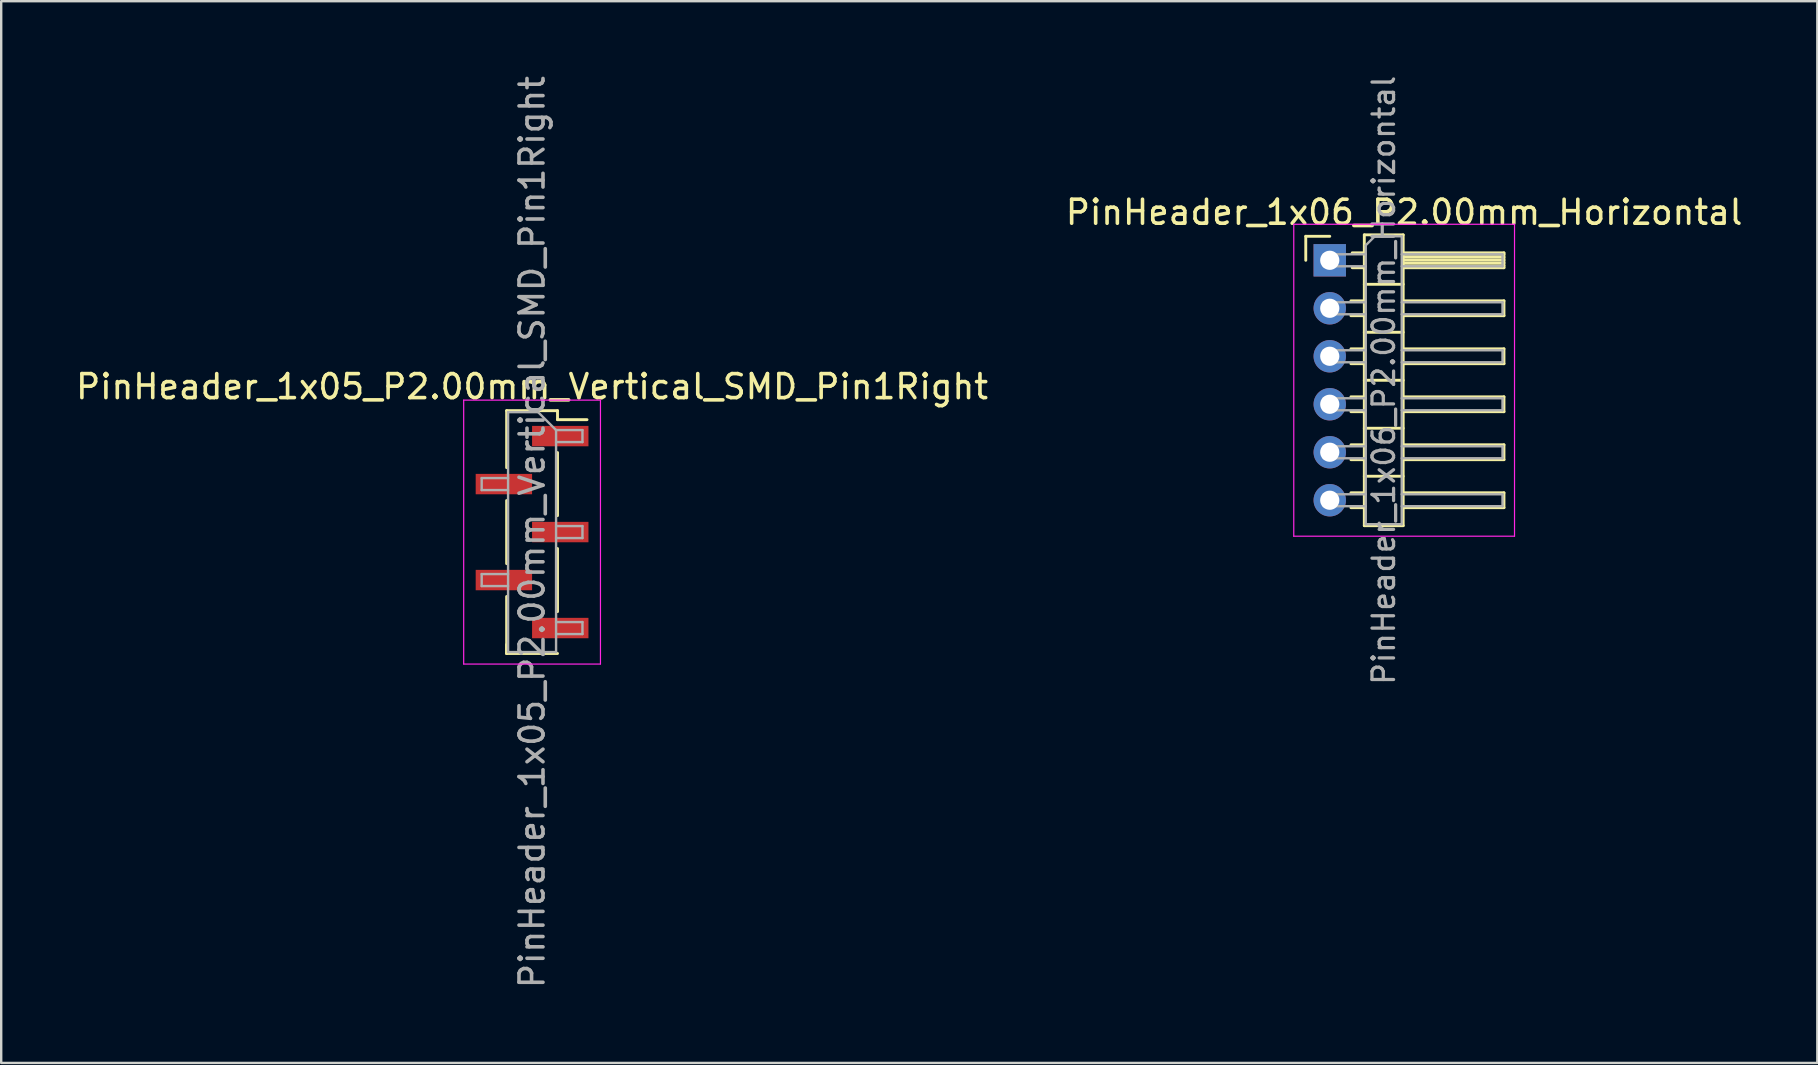
<source format=kicad_pcb>
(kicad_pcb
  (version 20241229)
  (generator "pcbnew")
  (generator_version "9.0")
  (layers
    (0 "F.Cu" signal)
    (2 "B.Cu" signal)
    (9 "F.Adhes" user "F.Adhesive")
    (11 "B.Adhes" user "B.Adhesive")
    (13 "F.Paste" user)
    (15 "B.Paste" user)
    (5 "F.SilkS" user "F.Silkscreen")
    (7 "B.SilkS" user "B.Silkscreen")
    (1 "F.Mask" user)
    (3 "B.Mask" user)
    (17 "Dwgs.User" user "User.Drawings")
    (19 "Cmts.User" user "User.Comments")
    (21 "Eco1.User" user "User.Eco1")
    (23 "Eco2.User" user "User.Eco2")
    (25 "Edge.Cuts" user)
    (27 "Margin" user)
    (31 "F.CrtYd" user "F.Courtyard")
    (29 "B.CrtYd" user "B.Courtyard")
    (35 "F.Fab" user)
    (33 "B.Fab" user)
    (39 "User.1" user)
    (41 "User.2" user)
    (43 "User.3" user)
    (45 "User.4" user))
  (footprint "PinHeader_1x05_P2.00mm_Vertical_SMD_Pin1Right"
    (layer "F.Cu")
    (at 19.125 19.125)
    (property "Reference" "PinHeader_1x05_P2.00mm_Vertical_SMD_Pin1Right" (at 0 -6.06 0) (layer "F.SilkS") (effects (font (size 1 1) (thickness 0.15))))
    (attr smd)
    (fp_line (start -1.06 -5.06) (end -1.06 -2.685) (stroke (width 0.12) (type solid)) (layer "F.SilkS"))
    (fp_line (start -1.06 -5.06) (end 1.06 -5.06) (stroke (width 0.12) (type solid)) (layer "F.SilkS"))
    (fp_line (start -1.06 -1.315) (end -1.06 1.315) (stroke (width 0.12) (type solid)) (layer "F.SilkS"))
    (fp_line (start -1.06 2.685) (end -1.06 5.06) (stroke (width 0.12) (type solid)) (layer "F.SilkS"))
    (fp_line (start -1.06 4.685) (end -1.06 5.06) (stroke (width 0.12) (type solid)) (layer "F.SilkS"))
    (fp_line (start -1.06 5.06) (end 1.06 5.06) (stroke (width 0.12) (type solid)) (layer "F.SilkS"))
    (fp_line (start 1.06 -5.06) (end 1.06 -4.685) (stroke (width 0.12) (type solid)) (layer "F.SilkS"))
    (fp_line (start 1.06 -4.685) (end 2.29 -4.685) (stroke (width 0.12) (type solid)) (layer "F.SilkS"))
    (fp_line (start 1.06 -3.315) (end 1.06 -0.685) (stroke (width 0.12) (type solid)) (layer "F.SilkS"))
    (fp_line (start 1.06 0.685) (end 1.06 3.315) (stroke (width 0.12) (type solid)) (layer "F.SilkS"))
    (fp_line (start -2.85 -5.5) (end -2.85 5.5) (stroke (width 0.05) (type solid)) (layer "F.CrtYd"))
    (fp_line (start -2.85 5.5) (end 2.85 5.5) (stroke (width 0.05) (type solid)) (layer "F.CrtYd"))
    (fp_line (start 2.85 -5.5) (end -2.85 -5.5) (stroke (width 0.05) (type solid)) (layer "F.CrtYd"))
    (fp_line (start 2.85 5.5) (end 2.85 -5.5) (stroke (width 0.05) (type solid)) (layer "F.CrtYd"))
    (fp_line (start -2.1 -2.25) (end -2.1 -1.75) (stroke (width 0.1) (type solid)) (layer "F.Fab"))
    (fp_line (start -2.1 -1.75) (end -1 -1.75) (stroke (width 0.1) (type solid)) (layer "F.Fab"))
    (fp_line (start -2.1 1.75) (end -2.1 2.25) (stroke (width 0.1) (type solid)) (layer "F.Fab"))
    (fp_line (start -2.1 2.25) (end -1 2.25) (stroke (width 0.1) (type solid)) (layer "F.Fab"))
    (fp_line (start -1 -5) (end -1 5) (stroke (width 0.1) (type solid)) (layer "F.Fab"))
    (fp_line (start -1 -5) (end 0.25 -5) (stroke (width 0.1) (type solid)) (layer "F.Fab"))
    (fp_line (start -1 -2.25) (end -2.1 -2.25) (stroke (width 0.1) (type solid)) (layer "F.Fab"))
    (fp_line (start -1 1.75) (end -2.1 1.75) (stroke (width 0.1) (type solid)) (layer "F.Fab"))
    (fp_line (start 1 -4.25) (end 0.25 -5) (stroke (width 0.1) (type solid)) (layer "F.Fab"))
    (fp_line (start 1 -4.25) (end 2.1 -4.25) (stroke (width 0.1) (type solid)) (layer "F.Fab"))
    (fp_line (start 1 -0.25) (end 2.1 -0.25) (stroke (width 0.1) (type solid)) (layer "F.Fab"))
    (fp_line (start 1 3.75) (end 2.1 3.75) (stroke (width 0.1) (type solid)) (layer "F.Fab"))
    (fp_line (start 1 5) (end -1 5) (stroke (width 0.1) (type solid)) (layer "F.Fab"))
    (fp_line (start 1 5) (end 1 -4.25) (stroke (width 0.1) (type solid)) (layer "F.Fab"))
    (fp_line (start 2.1 -4.25) (end 2.1 -3.75) (stroke (width 0.1) (type solid)) (layer "F.Fab"))
    (fp_line (start 2.1 -3.75) (end 1 -3.75) (stroke (width 0.1) (type solid)) (layer "F.Fab"))
    (fp_line (start 2.1 -0.25) (end 2.1 0.25) (stroke (width 0.1) (type solid)) (layer "F.Fab"))
    (fp_line (start 2.1 0.25) (end 1 0.25) (stroke (width 0.1) (type solid)) (layer "F.Fab"))
    (fp_line (start 2.1 3.75) (end 2.1 4.25) (stroke (width 0.1) (type solid)) (layer "F.Fab"))
    (fp_line (start 2.1 4.25) (end 1 4.25) (stroke (width 0.1) (type solid)) (layer "F.Fab"))
    (fp_text user "${REFERENCE}" (at 0 0 90) (layer "F.Fab") (effects (font (size 1 1) (thickness 0.15))))
    (pad "1" smd rect (at 1.175 -4) (size 2.35 0.85) (layers "F.Cu" "F.Mask" "F.Paste"))
    (pad "2" smd rect (at -1.175 -2) (size 2.35 0.85) (layers "F.Cu" "F.Mask" "F.Paste"))
    (pad "3" smd rect (at 1.175 0) (size 2.35 0.85) (layers "F.Cu" "F.Mask" "F.Paste"))
    (pad "4" smd rect (at -1.175 2) (size 2.35 0.85) (layers "F.Cu" "F.Mask" "F.Paste"))
    (pad "5" smd rect (at 1.175 4) (size 2.35 0.85) (layers "F.Cu" "F.Mask" "F.Paste")))
  (footprint "PinHeader_1x06_P2.00mm_Horizontal"
    (layer "F.Cu")
    (at 52.37 7.798)
    (property "Reference" "PinHeader_1x06_P2.00mm_Horizontal" (at 3.1 -2 0) (layer "F.SilkS") (effects (font (size 1 1) (thickness 0.15))))
    (attr through_hole)
    (fp_line (start -1 -1) (end 0 -1) (stroke (width 0.12) (type solid)) (layer "F.SilkS"))
    (fp_line (start -1 0) (end -1 -1) (stroke (width 0.12) (type solid)) (layer "F.SilkS"))
    (fp_line (start 0.882 1.69) (end 1.44 1.69) (stroke (width 0.12) (type solid)) (layer "F.SilkS"))
    (fp_line (start 0.882 2.31) (end 1.44 2.31) (stroke (width 0.12) (type solid)) (layer "F.SilkS"))
    (fp_line (start 0.882 3.69) (end 1.44 3.69) (stroke (width 0.12) (type solid)) (layer "F.SilkS"))
    (fp_line (start 0.882 4.31) (end 1.44 4.31) (stroke (width 0.12) (type solid)) (layer "F.SilkS"))
    (fp_line (start 0.882 5.69) (end 1.44 5.69) (stroke (width 0.12) (type solid)) (layer "F.SilkS"))
    (fp_line (start 0.882 6.31) (end 1.44 6.31) (stroke (width 0.12) (type solid)) (layer "F.SilkS"))
    (fp_line (start 0.882 7.69) (end 1.44 7.69) (stroke (width 0.12) (type solid)) (layer "F.SilkS"))
    (fp_line (start 0.882 8.31) (end 1.44 8.31) (stroke (width 0.12) (type solid)) (layer "F.SilkS"))
    (fp_line (start 0.882 9.69) (end 1.44 9.69) (stroke (width 0.12) (type solid)) (layer "F.SilkS"))
    (fp_line (start 0.882 10.31) (end 1.44 10.31) (stroke (width 0.12) (type solid)) (layer "F.SilkS"))
    (fp_line (start 0.935 -0.31) (end 1.44 -0.31) (stroke (width 0.12) (type solid)) (layer "F.SilkS"))
    (fp_line (start 0.935 0.31) (end 1.44 0.31) (stroke (width 0.12) (type solid)) (layer "F.SilkS"))
    (fp_line (start 1.44 -1.06) (end 1.44 11.06) (stroke (width 0.12) (type solid)) (layer "F.SilkS"))
    (fp_line (start 1.44 1) (end 3.06 1) (stroke (width 0.12) (type solid)) (layer "F.SilkS"))
    (fp_line (start 1.44 3) (end 3.06 3) (stroke (width 0.12) (type solid)) (layer "F.SilkS"))
    (fp_line (start 1.44 5) (end 3.06 5) (stroke (width 0.12) (type solid)) (layer "F.SilkS"))
    (fp_line (start 1.44 7) (end 3.06 7) (stroke (width 0.12) (type solid)) (layer "F.SilkS"))
    (fp_line (start 1.44 9) (end 3.06 9) (stroke (width 0.12) (type solid)) (layer "F.SilkS"))
    (fp_line (start 1.44 11.06) (end 3.06 11.06) (stroke (width 0.12) (type solid)) (layer "F.SilkS"))
    (fp_line (start 3.06 -1.06) (end 1.44 -1.06) (stroke (width 0.12) (type solid)) (layer "F.SilkS"))
    (fp_line (start 3.06 -0.31) (end 7.26 -0.31) (stroke (width 0.12) (type solid)) (layer "F.SilkS"))
    (fp_line (start 3.06 -0.25) (end 7.26 -0.25) (stroke (width 0.12) (type solid)) (layer "F.SilkS"))
    (fp_line (start 3.06 -0.13) (end 7.26 -0.13) (stroke (width 0.12) (type solid)) (layer "F.SilkS"))
    (fp_line (start 3.06 -0.01) (end 7.26 -0.01) (stroke (width 0.12) (type solid)) (layer "F.SilkS"))
    (fp_line (start 3.06 0.11) (end 7.26 0.11) (stroke (width 0.12) (type solid)) (layer "F.SilkS"))
    (fp_line (start 3.06 0.23) (end 7.26 0.23) (stroke (width 0.12) (type solid)) (layer "F.SilkS"))
    (fp_line (start 3.06 1.69) (end 7.26 1.69) (stroke (width 0.12) (type solid)) (layer "F.SilkS"))
    (fp_line (start 3.06 3.69) (end 7.26 3.69) (stroke (width 0.12) (type solid)) (layer "F.SilkS"))
    (fp_line (start 3.06 5.69) (end 7.26 5.69) (stroke (width 0.12) (type solid)) (layer "F.SilkS"))
    (fp_line (start 3.06 7.69) (end 7.26 7.69) (stroke (width 0.12) (type solid)) (layer "F.SilkS"))
    (fp_line (start 3.06 9.69) (end 7.26 9.69) (stroke (width 0.12) (type solid)) (layer "F.SilkS"))
    (fp_line (start 3.06 11.06) (end 3.06 -1.06) (stroke (width 0.12) (type solid)) (layer "F.SilkS"))
    (fp_line (start 7.26 -0.31) (end 7.26 0.31) (stroke (width 0.12) (type solid)) (layer "F.SilkS"))
    (fp_line (start 7.26 0.31) (end 3.06 0.31) (stroke (width 0.12) (type solid)) (layer "F.SilkS"))
    (fp_line (start 7.26 1.69) (end 7.26 2.31) (stroke (width 0.12) (type solid)) (layer "F.SilkS"))
    (fp_line (start 7.26 2.31) (end 3.06 2.31) (stroke (width 0.12) (type solid)) (layer "F.SilkS"))
    (fp_line (start 7.26 3.69) (end 7.26 4.31) (stroke (width 0.12) (type solid)) (layer "F.SilkS"))
    (fp_line (start 7.26 4.31) (end 3.06 4.31) (stroke (width 0.12) (type solid)) (layer "F.SilkS"))
    (fp_line (start 7.26 5.69) (end 7.26 6.31) (stroke (width 0.12) (type solid)) (layer "F.SilkS"))
    (fp_line (start 7.26 6.31) (end 3.06 6.31) (stroke (width 0.12) (type solid)) (layer "F.SilkS"))
    (fp_line (start 7.26 7.69) (end 7.26 8.31) (stroke (width 0.12) (type solid)) (layer "F.SilkS"))
    (fp_line (start 7.26 8.31) (end 3.06 8.31) (stroke (width 0.12) (type solid)) (layer "F.SilkS"))
    (fp_line (start 7.26 9.69) (end 7.26 10.31) (stroke (width 0.12) (type solid)) (layer "F.SilkS"))
    (fp_line (start 7.26 10.31) (end 3.06 10.31) (stroke (width 0.12) (type solid)) (layer "F.SilkS"))
    (fp_line (start -1.5 -1.5) (end -1.5 11.5) (stroke (width 0.05) (type solid)) (layer "F.CrtYd"))
    (fp_line (start -1.5 11.5) (end 7.7 11.5) (stroke (width 0.05) (type solid)) (layer "F.CrtYd"))
    (fp_line (start 7.7 -1.5) (end -1.5 -1.5) (stroke (width 0.05) (type solid)) (layer "F.CrtYd"))
    (fp_line (start 7.7 11.5) (end 7.7 -1.5) (stroke (width 0.05) (type solid)) (layer "F.CrtYd"))
    (fp_line (start -0.25 -0.25) (end -0.25 0.25) (stroke (width 0.1) (type solid)) (layer "F.Fab"))
    (fp_line (start -0.25 -0.25) (end 1.5 -0.25) (stroke (width 0.1) (type solid)) (layer "F.Fab"))
    (fp_line (start -0.25 0.25) (end 1.5 0.25) (stroke (width 0.1) (type solid)) (layer "F.Fab"))
    (fp_line (start -0.25 1.75) (end -0.25 2.25) (stroke (width 0.1) (type solid)) (layer "F.Fab"))
    (fp_line (start -0.25 1.75) (end 1.5 1.75) (stroke (width 0.1) (type solid)) (layer "F.Fab"))
    (fp_line (start -0.25 2.25) (end 1.5 2.25) (stroke (width 0.1) (type solid)) (layer "F.Fab"))
    (fp_line (start -0.25 3.75) (end -0.25 4.25) (stroke (width 0.1) (type solid)) (layer "F.Fab"))
    (fp_line (start -0.25 3.75) (end 1.5 3.75) (stroke (width 0.1) (type solid)) (layer "F.Fab"))
    (fp_line (start -0.25 4.25) (end 1.5 4.25) (stroke (width 0.1) (type solid)) (layer "F.Fab"))
    (fp_line (start -0.25 5.75) (end -0.25 6.25) (stroke (width 0.1) (type solid)) (layer "F.Fab"))
    (fp_line (start -0.25 5.75) (end 1.5 5.75) (stroke (width 0.1) (type solid)) (layer "F.Fab"))
    (fp_line (start -0.25 6.25) (end 1.5 6.25) (stroke (width 0.1) (type solid)) (layer "F.Fab"))
    (fp_line (start -0.25 7.75) (end -0.25 8.25) (stroke (width 0.1) (type solid)) (layer "F.Fab"))
    (fp_line (start -0.25 7.75) (end 1.5 7.75) (stroke (width 0.1) (type solid)) (layer "F.Fab"))
    (fp_line (start -0.25 8.25) (end 1.5 8.25) (stroke (width 0.1) (type solid)) (layer "F.Fab"))
    (fp_line (start -0.25 9.75) (end -0.25 10.25) (stroke (width 0.1) (type solid)) (layer "F.Fab"))
    (fp_line (start -0.25 9.75) (end 1.5 9.75) (stroke (width 0.1) (type solid)) (layer "F.Fab"))
    (fp_line (start -0.25 10.25) (end 1.5 10.25) (stroke (width 0.1) (type solid)) (layer "F.Fab"))
    (fp_line (start 1.5 -0.625) (end 1.875 -1) (stroke (width 0.1) (type solid)) (layer "F.Fab"))
    (fp_line (start 1.5 11) (end 1.5 -0.625) (stroke (width 0.1) (type solid)) (layer "F.Fab"))
    (fp_line (start 1.875 -1) (end 3 -1) (stroke (width 0.1) (type solid)) (layer "F.Fab"))
    (fp_line (start 3 -1) (end 3 11) (stroke (width 0.1) (type solid)) (layer "F.Fab"))
    (fp_line (start 3 -0.25) (end 7.2 -0.25) (stroke (width 0.1) (type solid)) (layer "F.Fab"))
    (fp_line (start 3 0.25) (end 7.2 0.25) (stroke (width 0.1) (type solid)) (layer "F.Fab"))
    (fp_line (start 3 1.75) (end 7.2 1.75) (stroke (width 0.1) (type solid)) (layer "F.Fab"))
    (fp_line (start 3 2.25) (end 7.2 2.25) (stroke (width 0.1) (type solid)) (layer "F.Fab"))
    (fp_line (start 3 3.75) (end 7.2 3.75) (stroke (width 0.1) (type solid)) (layer "F.Fab"))
    (fp_line (start 3 4.25) (end 7.2 4.25) (stroke (width 0.1) (type solid)) (layer "F.Fab"))
    (fp_line (start 3 5.75) (end 7.2 5.75) (stroke (width 0.1) (type solid)) (layer "F.Fab"))
    (fp_line (start 3 6.25) (end 7.2 6.25) (stroke (width 0.1) (type solid)) (layer "F.Fab"))
    (fp_line (start 3 7.75) (end 7.2 7.75) (stroke (width 0.1) (type solid)) (layer "F.Fab"))
    (fp_line (start 3 8.25) (end 7.2 8.25) (stroke (width 0.1) (type solid)) (layer "F.Fab"))
    (fp_line (start 3 9.75) (end 7.2 9.75) (stroke (width 0.1) (type solid)) (layer "F.Fab"))
    (fp_line (start 3 10.25) (end 7.2 10.25) (stroke (width 0.1) (type solid)) (layer "F.Fab"))
    (fp_line (start 3 11) (end 1.5 11) (stroke (width 0.1) (type solid)) (layer "F.Fab"))
    (fp_line (start 7.2 -0.25) (end 7.2 0.25) (stroke (width 0.1) (type solid)) (layer "F.Fab"))
    (fp_line (start 7.2 1.75) (end 7.2 2.25) (stroke (width 0.1) (type solid)) (layer "F.Fab"))
    (fp_line (start 7.2 3.75) (end 7.2 4.25) (stroke (width 0.1) (type solid)) (layer "F.Fab"))
    (fp_line (start 7.2 5.75) (end 7.2 6.25) (stroke (width 0.1) (type solid)) (layer "F.Fab"))
    (fp_line (start 7.2 7.75) (end 7.2 8.25) (stroke (width 0.1) (type solid)) (layer "F.Fab"))
    (fp_line (start 7.2 9.75) (end 7.2 10.25) (stroke (width 0.1) (type solid)) (layer "F.Fab"))
    (fp_text user "${REFERENCE}" (at 2.25 5 90) (layer "F.Fab") (effects (font (size 0.9 0.9) (thickness 0.135))))
    (pad "1" thru_hole rect (at 0 0) (size 1.35 1.35) (drill 0.8) (layers "*.Cu" "*.Mask"))
    (pad "2" thru_hole oval (at 0 2) (size 1.35 1.35) (drill 0.8) (layers "*.Cu" "*.Mask"))
    (pad "3" thru_hole oval (at 0 4) (size 1.35 1.35) (drill 0.8) (layers "*.Cu" "*.Mask"))
    (pad "4" thru_hole oval (at 0 6) (size 1.35 1.35) (drill 0.8) (layers "*.Cu" "*.Mask"))
    (pad "5" thru_hole oval (at 0 8) (size 1.35 1.35) (drill 0.8) (layers "*.Cu" "*.Mask"))
    (pad "6" thru_hole oval (at 0 10) (size 1.35 1.35) (drill 0.8) (layers "*.Cu" "*.Mask")))
  (gr_rect
    (start -3 -3)
    (end 72.69 41.25)
    (stroke (width 0.1) (type default))
    (fill no)
    (layer "Edge.Cuts")))
</source>
